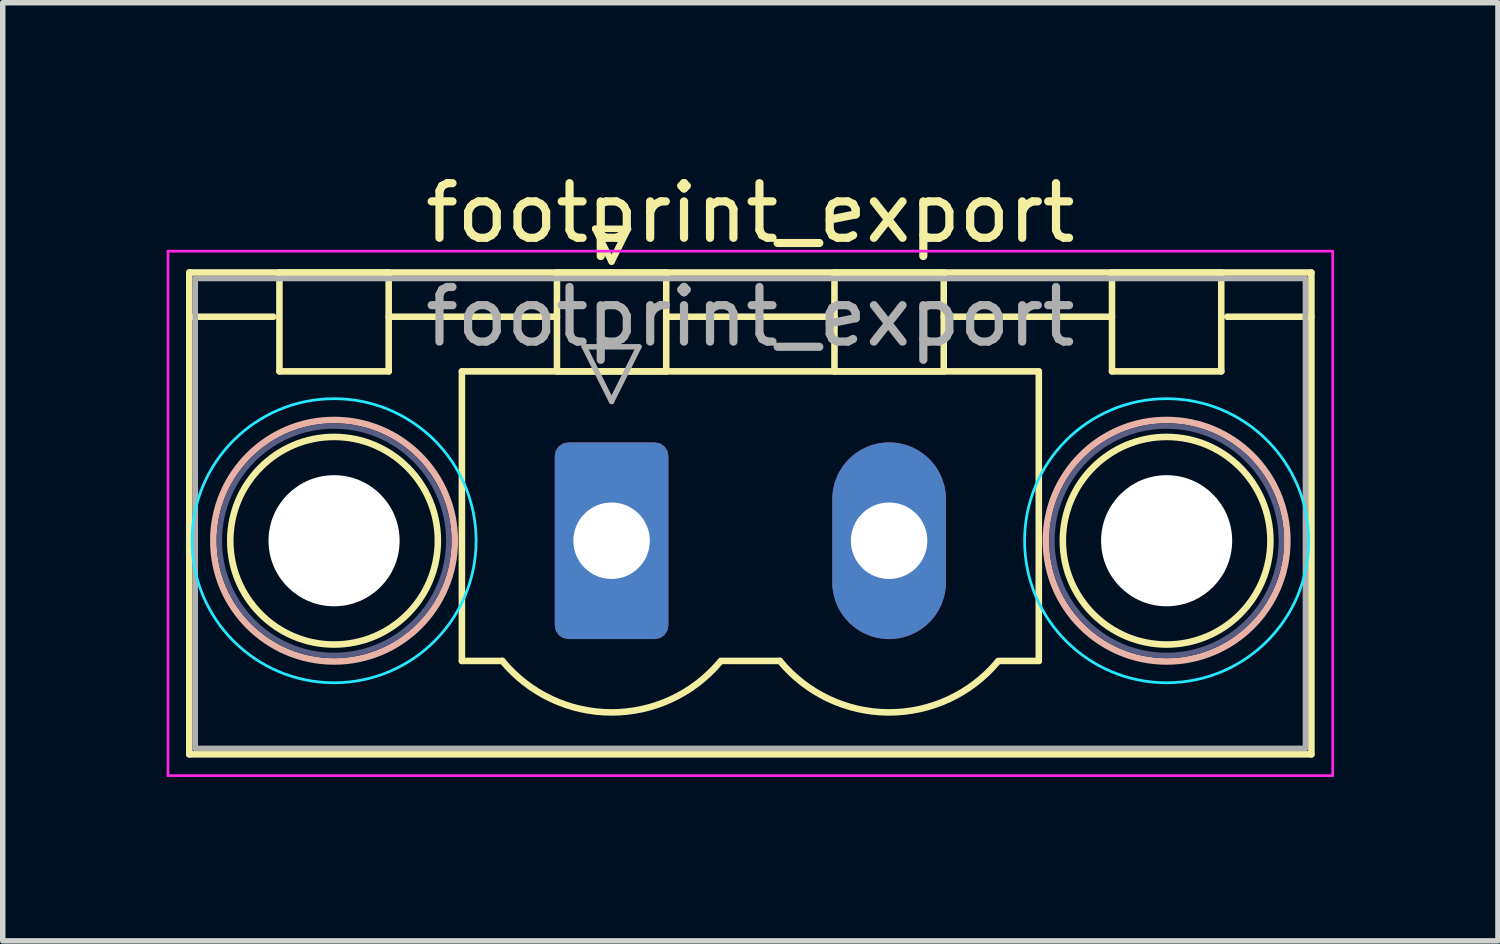
<source format=kicad_pcb>
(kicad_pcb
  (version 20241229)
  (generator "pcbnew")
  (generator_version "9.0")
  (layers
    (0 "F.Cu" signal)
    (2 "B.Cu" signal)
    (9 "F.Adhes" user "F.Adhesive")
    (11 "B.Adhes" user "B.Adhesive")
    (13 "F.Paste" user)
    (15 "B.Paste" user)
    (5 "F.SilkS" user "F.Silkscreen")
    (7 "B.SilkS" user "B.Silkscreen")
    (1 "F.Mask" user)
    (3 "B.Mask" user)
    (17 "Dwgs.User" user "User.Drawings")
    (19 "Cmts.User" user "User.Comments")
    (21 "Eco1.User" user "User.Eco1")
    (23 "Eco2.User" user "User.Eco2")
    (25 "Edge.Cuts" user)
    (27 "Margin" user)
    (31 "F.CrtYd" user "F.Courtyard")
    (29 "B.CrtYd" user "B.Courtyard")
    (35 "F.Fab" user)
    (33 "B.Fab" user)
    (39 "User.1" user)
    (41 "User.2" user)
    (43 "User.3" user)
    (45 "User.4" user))
  (footprint "footprint_export"
    (layer "F.Cu")
    (at 8.145 6.848)
    (property "Reference" "footprint_export" (at 2.54 -6 0) (layer "F.SilkS") (effects (font (size 1 1) (thickness 0.15))))
    (attr through_hole)
    (fp_line (start -7.73 -4.91) (end -7.73 3.91) (stroke (width 0.12) (type solid)) (layer "F.SilkS"))
    (fp_line (start -7.73 -4.1) (end -6.19 -4.1) (stroke (width 0.12) (type solid)) (layer "F.SilkS"))
    (fp_line (start -7.73 3.91) (end 12.81 3.91) (stroke (width 0.12) (type solid)) (layer "F.SilkS"))
    (fp_line (start -6.08 -4.91) (end -4.08 -4.91) (stroke (width 0.12) (type solid)) (layer "F.SilkS"))
    (fp_line (start -6.08 -3.1) (end -6.08 -4.91) (stroke (width 0.12) (type solid)) (layer "F.SilkS"))
    (fp_line (start -4.08 -4.91) (end -4.08 -3.1) (stroke (width 0.12) (type solid)) (layer "F.SilkS"))
    (fp_line (start -4.08 -4.1) (end -1 -4.1) (stroke (width 0.12) (type solid)) (layer "F.SilkS"))
    (fp_line (start -4.08 -3.1) (end -6.08 -3.1) (stroke (width 0.12) (type solid)) (layer "F.SilkS"))
    (fp_line (start -2.74 -3.1) (end 7.82 -3.1) (stroke (width 0.12) (type solid)) (layer "F.SilkS"))
    (fp_line (start -2.74 2.2) (end -2.74 -3.1) (stroke (width 0.12) (type solid)) (layer "F.SilkS"))
    (fp_line (start -2 2.2) (end -2.74 2.2) (stroke (width 0.12) (type solid)) (layer "F.SilkS"))
    (fp_line (start -1 -4.91) (end 1 -4.91) (stroke (width 0.12) (type solid)) (layer "F.SilkS"))
    (fp_line (start -1 -3.1) (end -1 -4.91) (stroke (width 0.12) (type solid)) (layer "F.SilkS"))
    (fp_line (start -0.3 -5.71) (end 0.3 -5.71) (stroke (width 0.12) (type solid)) (layer "F.SilkS"))
    (fp_line (start 0 -5.11) (end -0.3 -5.71) (stroke (width 0.12) (type solid)) (layer "F.SilkS"))
    (fp_line (start 0.3 -5.71) (end 0 -5.11) (stroke (width 0.12) (type solid)) (layer "F.SilkS"))
    (fp_line (start 1 -4.91) (end 1 -3.1) (stroke (width 0.12) (type solid)) (layer "F.SilkS"))
    (fp_line (start 1 -4.1) (end 4.08 -4.1) (stroke (width 0.12) (type solid)) (layer "F.SilkS"))
    (fp_line (start 1 -3.1) (end -1 -3.1) (stroke (width 0.12) (type solid)) (layer "F.SilkS"))
    (fp_line (start 2 2.2) (end 3.08 2.2) (stroke (width 0.12) (type solid)) (layer "F.SilkS"))
    (fp_line (start 4.08 -4.91) (end 6.08 -4.91) (stroke (width 0.12) (type solid)) (layer "F.SilkS"))
    (fp_line (start 4.08 -3.1) (end 4.08 -4.91) (stroke (width 0.12) (type solid)) (layer "F.SilkS"))
    (fp_line (start 6.08 -4.91) (end 6.08 -3.1) (stroke (width 0.12) (type solid)) (layer "F.SilkS"))
    (fp_line (start 6.08 -4.1) (end 9.16 -4.1) (stroke (width 0.12) (type solid)) (layer "F.SilkS"))
    (fp_line (start 6.08 -3.1) (end 4.08 -3.1) (stroke (width 0.12) (type solid)) (layer "F.SilkS"))
    (fp_line (start 7.82 -3.1) (end 7.82 2.2) (stroke (width 0.12) (type solid)) (layer "F.SilkS"))
    (fp_line (start 7.82 2.2) (end 7.08 2.2) (stroke (width 0.12) (type solid)) (layer "F.SilkS"))
    (fp_line (start 9.16 -4.91) (end 11.16 -4.91) (stroke (width 0.12) (type solid)) (layer "F.SilkS"))
    (fp_line (start 9.16 -3.1) (end 9.16 -4.91) (stroke (width 0.12) (type solid)) (layer "F.SilkS"))
    (fp_line (start 11.16 -4.91) (end 11.16 -3.1) (stroke (width 0.12) (type solid)) (layer "F.SilkS"))
    (fp_line (start 11.16 -3.1) (end 9.16 -3.1) (stroke (width 0.12) (type solid)) (layer "F.SilkS"))
    (fp_line (start 12.81 -4.91) (end -7.73 -4.91) (stroke (width 0.12) (type solid)) (layer "F.SilkS"))
    (fp_line (start 12.81 -4.1) (end 11.27 -4.1) (stroke (width 0.12) (type solid)) (layer "F.SilkS"))
    (fp_line (start 12.81 3.91) (end 12.81 -4.91) (stroke (width 0.12) (type solid)) (layer "F.SilkS"))
    (fp_arc (start 1.986842 2.215821) (mid -0.010289 3.142758) (end -2 2.2) (stroke (width 0.12) (type solid)) (layer "F.SilkS"))
    (fp_arc (start 7.066842 2.215821) (mid 5.069711 3.142758) (end 3.08 2.2) (stroke (width 0.12) (type solid)) (layer "F.SilkS"))
    (fp_circle (center -5.08 0) (end -3.18 0) (stroke (width 0.12) (type solid)) (fill no) (layer "F.SilkS"))
    (fp_circle (center 10.16 0) (end 12.06 0) (stroke (width 0.12) (type solid)) (fill no) (layer "F.SilkS"))
    (fp_circle (center -5.08 0) (end -2.87 0) (stroke (width 0.12) (type solid)) (fill no) (layer "B.SilkS"))
    (fp_circle (center 10.16 0) (end 12.37 0) (stroke (width 0.12) (type solid)) (fill no) (layer "B.SilkS"))
    (fp_circle (center -5.08 0) (end -2.48 0) (stroke (width 0.05) (type solid)) (fill no) (layer "B.CrtYd"))
    (fp_circle (center 10.16 0) (end 12.76 0) (stroke (width 0.05) (type solid)) (fill no) (layer "B.CrtYd"))
    (fp_line (start -8.12 -5.3) (end -8.12 4.3) (stroke (width 0.05) (type solid)) (layer "F.CrtYd"))
    (fp_line (start -8.12 4.3) (end 13.2 4.3) (stroke (width 0.05) (type solid)) (layer "F.CrtYd"))
    (fp_line (start 13.2 -5.3) (end -8.12 -5.3) (stroke (width 0.05) (type solid)) (layer "F.CrtYd"))
    (fp_line (start 13.2 4.3) (end 13.2 -5.3) (stroke (width 0.05) (type solid)) (layer "F.CrtYd"))
    (fp_circle (center -5.08 0) (end -2.98 0) (stroke (width 0.1) (type solid)) (fill no) (layer "B.Fab"))
    (fp_circle (center 10.16 0) (end 12.26 0) (stroke (width 0.1) (type solid)) (fill no) (layer "B.Fab"))
    (fp_line (start -7.62 -4.8) (end -7.62 3.8) (stroke (width 0.1) (type solid)) (layer "F.Fab"))
    (fp_line (start -7.62 3.8) (end 12.7 3.8) (stroke (width 0.1) (type solid)) (layer "F.Fab"))
    (fp_line (start -0.5 -3.55) (end 0.5 -3.55) (stroke (width 0.1) (type solid)) (layer "F.Fab"))
    (fp_line (start 0 -2.55) (end -0.5 -3.55) (stroke (width 0.1) (type solid)) (layer "F.Fab"))
    (fp_line (start 0.5 -3.55) (end 0 -2.55) (stroke (width 0.1) (type solid)) (layer "F.Fab"))
    (fp_line (start 12.7 -4.8) (end -7.62 -4.8) (stroke (width 0.1) (type solid)) (layer "F.Fab"))
    (fp_line (start 12.7 3.8) (end 12.7 -4.8) (stroke (width 0.1) (type solid)) (layer "F.Fab"))
    (fp_text user "${REFERENCE}" (at 2.54 -4.1 0) (layer "F.Fab") (effects (font (size 1 1) (thickness 0.15))))
    (pad "" np_thru_hole circle (at -5.08 0) (size 2.4 2.4) (drill 2.4) (layers "*.Cu" "*.Mask"))
    (pad "" np_thru_hole circle (at 10.16 0) (size 2.4 2.4) (drill 2.4) (layers "*.Cu" "*.Mask"))
    (pad "1" thru_hole roundrect (at 0 0) (size 2.08 3.6) (drill 1.4) (layers "*.Cu" "*.Mask") (roundrect_rratio 0.12))
    (pad "2" thru_hole oval (at 5.08 0) (size 2.08 3.6) (drill 1.4) (layers "*.Cu" "*.Mask")))
  (gr_rect
    (start -3 -3)
    (end 24.37 14.173)
    (stroke (width 0.1) (type default))
    (fill no)
    (layer "Edge.Cuts")))
</source>
